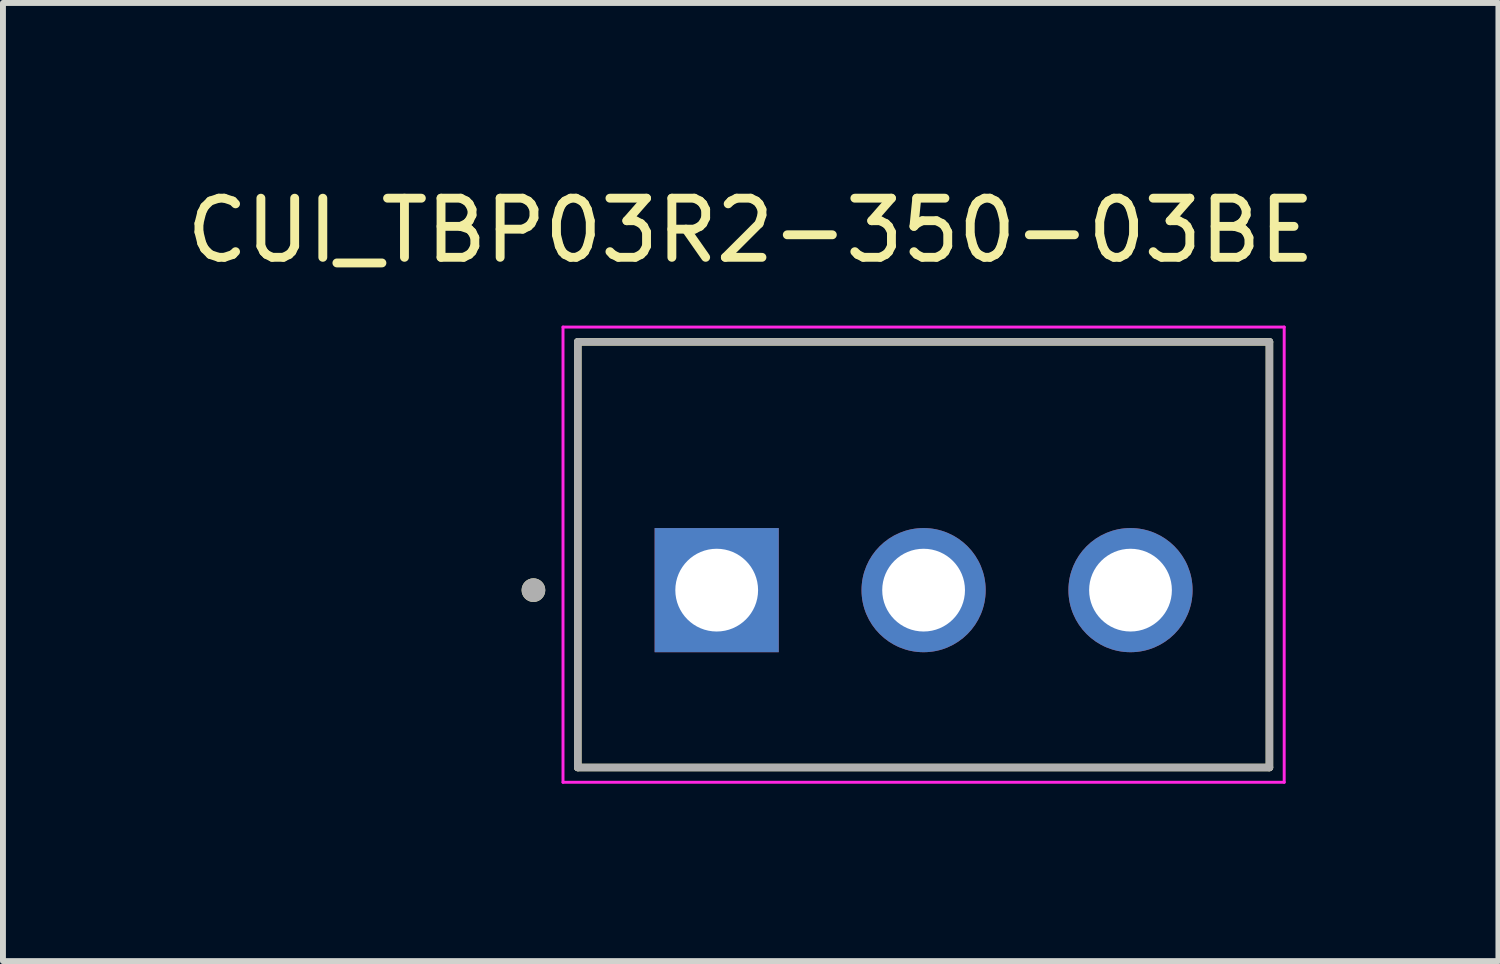
<source format=kicad_pcb>
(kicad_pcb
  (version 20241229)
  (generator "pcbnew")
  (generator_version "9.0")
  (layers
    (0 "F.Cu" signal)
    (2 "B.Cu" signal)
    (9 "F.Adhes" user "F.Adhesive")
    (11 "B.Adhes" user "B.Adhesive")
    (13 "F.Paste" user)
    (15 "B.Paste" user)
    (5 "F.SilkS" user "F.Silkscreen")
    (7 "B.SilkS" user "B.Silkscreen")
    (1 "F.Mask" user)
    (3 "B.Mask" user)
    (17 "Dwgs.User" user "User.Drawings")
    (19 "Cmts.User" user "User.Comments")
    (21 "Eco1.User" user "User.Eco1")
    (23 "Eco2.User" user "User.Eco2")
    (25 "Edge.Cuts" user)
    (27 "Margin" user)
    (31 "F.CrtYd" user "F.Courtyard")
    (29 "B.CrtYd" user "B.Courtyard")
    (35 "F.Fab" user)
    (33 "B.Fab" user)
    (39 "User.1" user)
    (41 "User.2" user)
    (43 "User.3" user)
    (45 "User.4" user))
  (footprint "CUI_TBP03R2-350-03BE"
    (layer "F.Cu")
    (at 9.074 6.933)
    (property "Reference" "CUI_TBP03R2-350-03BE" (at 0.575 -6.085 0) (layer "F.SilkS") (effects (font (size 1 1) (thickness 0.15))))
    (attr through_hole)
    (fp_line (start -2.35 -4.2) (end 9.35 -4.2) (stroke (width 0.127) (type solid)) (layer "F.SilkS"))
    (fp_line (start -2.35 3) (end -2.35 -4.2) (stroke (width 0.127) (type solid)) (layer "F.SilkS"))
    (fp_line (start 9.35 -4.2) (end 9.35 3) (stroke (width 0.127) (type solid)) (layer "F.SilkS"))
    (fp_line (start 9.35 3) (end -2.35 3) (stroke (width 0.127) (type solid)) (layer "F.SilkS"))
    (fp_circle (center -3.1 0) (end -3 0) (stroke (width 0.2) (type solid)) (fill no) (layer "F.SilkS"))
    (fp_line (start -2.6 -4.45) (end -2.6 3.25) (stroke (width 0.05) (type solid)) (layer "F.CrtYd"))
    (fp_line (start -2.6 3.25) (end 9.6 3.25) (stroke (width 0.05) (type solid)) (layer "F.CrtYd"))
    (fp_line (start 9.6 -4.45) (end -2.6 -4.45) (stroke (width 0.05) (type solid)) (layer "F.CrtYd"))
    (fp_line (start 9.6 3.25) (end 9.6 -4.45) (stroke (width 0.05) (type solid)) (layer "F.CrtYd"))
    (fp_line (start -2.35 -4.2) (end 9.35 -4.2) (stroke (width 0.127) (type solid)) (layer "F.Fab"))
    (fp_line (start -2.35 3) (end -2.35 -4.2) (stroke (width 0.127) (type solid)) (layer "F.Fab"))
    (fp_line (start 9.35 -4.2) (end 9.35 3) (stroke (width 0.127) (type solid)) (layer "F.Fab"))
    (fp_line (start 9.35 3) (end -2.35 3) (stroke (width 0.127) (type solid)) (layer "F.Fab"))
    (fp_circle (center -3.1 0) (end -3 0) (stroke (width 0.2) (type solid)) (fill no) (layer "F.Fab"))
    (pad "1" thru_hole rect (at 0 0) (size 2.1 2.1) (drill 1.4) (layers "*.Cu" "*.Mask"))
    (pad "2" thru_hole circle (at 3.5 0) (size 2.1 2.1) (drill 1.4) (layers "*.Cu" "*.Mask"))
    (pad "3" thru_hole circle (at 7 0) (size 2.1 2.1) (drill 1.4) (layers "*.Cu" "*.Mask")))
  (gr_rect
    (start -3 -3)
    (end 22.298 13.208)
    (stroke (width 0.1) (type default))
    (fill no)
    (layer "Edge.Cuts")))
</source>
